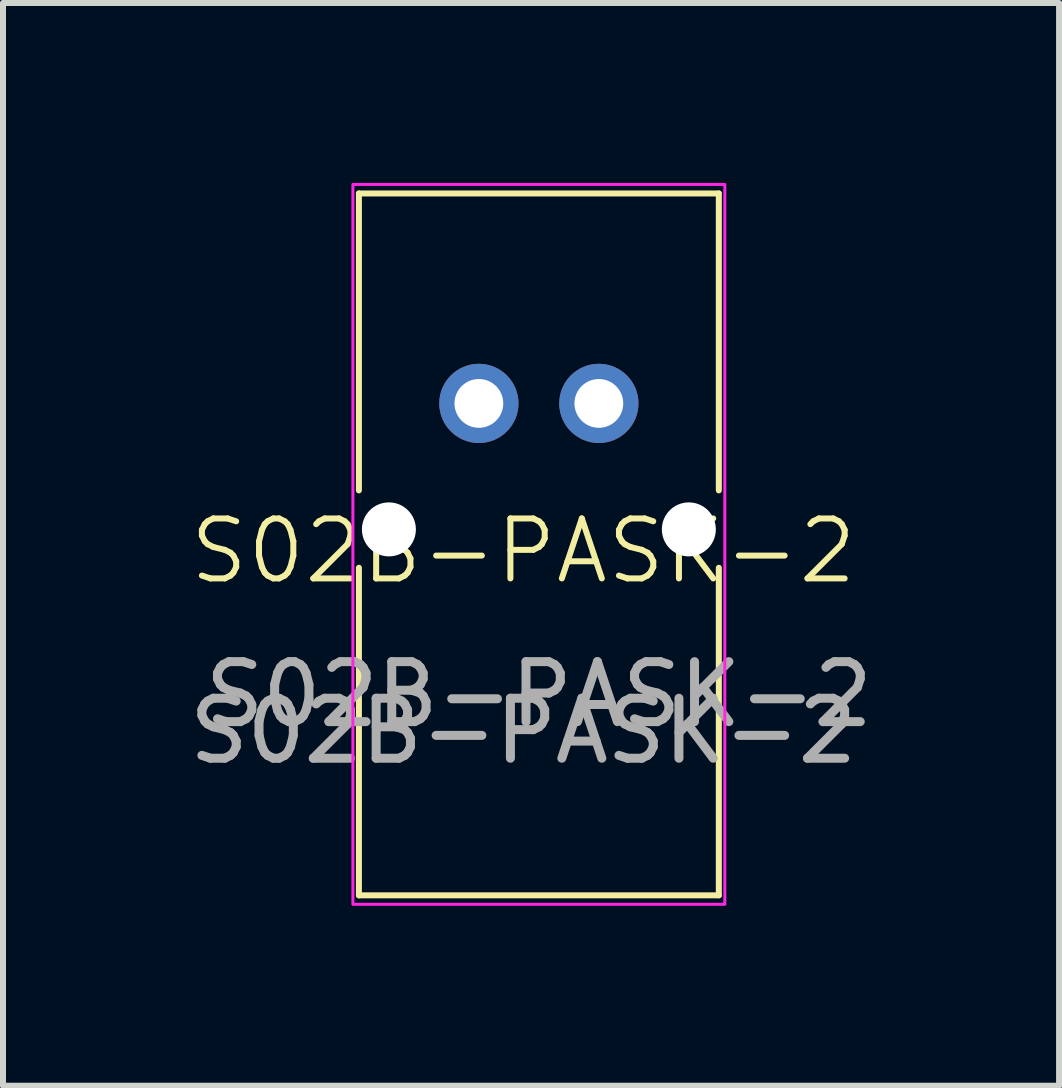
<source format=kicad_pcb>
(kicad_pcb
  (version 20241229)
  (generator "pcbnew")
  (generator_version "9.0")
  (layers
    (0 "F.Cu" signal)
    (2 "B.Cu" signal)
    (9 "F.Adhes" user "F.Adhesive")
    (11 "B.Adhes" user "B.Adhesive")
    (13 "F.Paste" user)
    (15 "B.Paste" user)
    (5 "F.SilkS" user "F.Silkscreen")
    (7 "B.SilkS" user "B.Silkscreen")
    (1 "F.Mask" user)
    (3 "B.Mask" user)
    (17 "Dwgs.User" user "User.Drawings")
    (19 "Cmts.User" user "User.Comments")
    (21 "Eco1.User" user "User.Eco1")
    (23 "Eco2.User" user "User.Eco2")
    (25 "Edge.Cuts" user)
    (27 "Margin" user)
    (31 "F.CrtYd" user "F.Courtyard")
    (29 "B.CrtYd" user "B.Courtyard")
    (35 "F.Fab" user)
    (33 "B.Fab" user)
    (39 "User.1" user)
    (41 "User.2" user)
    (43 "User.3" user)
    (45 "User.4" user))
  (footprint "S02B-PASK-2"
    (layer "F.Cu")
    (at 5.933 6.025)
    (property "Reference" "S02B-PASK-2" (at -0.26 0.11 0) (unlocked yes) (layer "F.SilkS") (effects (font (size 1 1) (thickness 0.1))))
    (attr smd)
    (fp_line (start -3 -5.85) (end -3 -0.9) (stroke (width 0.1) (type default)) (layer "F.SilkS"))
    (fp_line (start -3 5.85) (end -3 0.39) (stroke (width 0.1) (type default)) (layer "F.SilkS"))
    (fp_line (start 3 -5.85) (end -3 -5.85) (stroke (width 0.1) (type solid)) (layer "F.SilkS"))
    (fp_line (start 3 -5.85) (end 3 -0.9) (stroke (width 0.1) (type default)) (layer "F.SilkS"))
    (fp_line (start 3 5.85) (end -3 5.85) (stroke (width 0.1) (type solid)) (layer "F.SilkS"))
    (fp_line (start 3 5.85) (end 3 0.39) (stroke (width 0.1) (type default)) (layer "F.SilkS"))
    (fp_rect (start -3.1 -6) (end 3.1 6) (stroke (width 0.05) (type solid)) (fill no) (layer "F.CrtYd"))
    (fp_text user "${REFERENCE}" (at -0.26 3.11 0) (unlocked yes) (layer "F.Fab") (effects (font (size 1 1) (thickness 0.15))))
    (fp_text user "${REFERENCE}" (at 0 2.5 0) (unlocked yes) (layer "F.Fab") (effects (font (size 1 1) (thickness 0.15))))
    (pad "" np_thru_hole circle (at -2.5 -0.25) (size 0.9 0.9) (drill 0.9) (layers "*.Cu" "*.Mask"))
    (pad "" np_thru_hole circle (at 2.5 -0.25) (size 0.9 0.9) (drill 0.9) (layers "*.Cu" "*.Mask"))
    (pad "1" thru_hole circle (at 1 -2.35) (size 1.321 1.321) (drill 0.813) (layers "*.Cu" "*.Mask"))
    (pad "2" thru_hole circle (at -1 -2.35) (size 1.321 1.321) (drill 0.813) (layers "*.Cu" "*.Mask")))
  (gr_rect
    (start -3 -3)
    (end 14.605 15.05)
    (stroke (width 0.1) (type default))
    (fill no)
    (layer "Edge.Cuts")))
</source>
